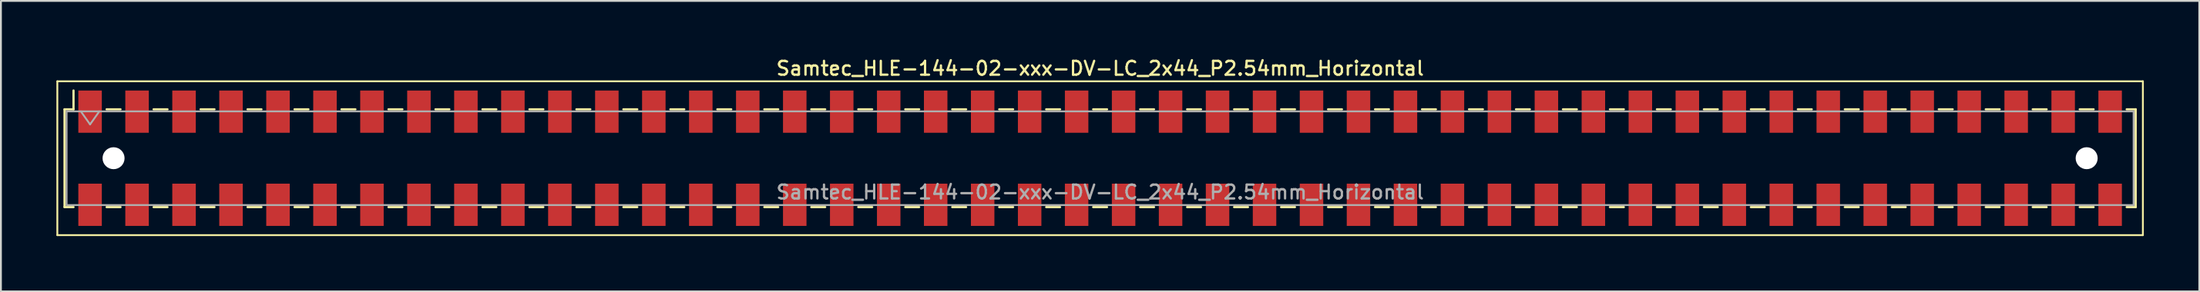
<source format=kicad_pcb>
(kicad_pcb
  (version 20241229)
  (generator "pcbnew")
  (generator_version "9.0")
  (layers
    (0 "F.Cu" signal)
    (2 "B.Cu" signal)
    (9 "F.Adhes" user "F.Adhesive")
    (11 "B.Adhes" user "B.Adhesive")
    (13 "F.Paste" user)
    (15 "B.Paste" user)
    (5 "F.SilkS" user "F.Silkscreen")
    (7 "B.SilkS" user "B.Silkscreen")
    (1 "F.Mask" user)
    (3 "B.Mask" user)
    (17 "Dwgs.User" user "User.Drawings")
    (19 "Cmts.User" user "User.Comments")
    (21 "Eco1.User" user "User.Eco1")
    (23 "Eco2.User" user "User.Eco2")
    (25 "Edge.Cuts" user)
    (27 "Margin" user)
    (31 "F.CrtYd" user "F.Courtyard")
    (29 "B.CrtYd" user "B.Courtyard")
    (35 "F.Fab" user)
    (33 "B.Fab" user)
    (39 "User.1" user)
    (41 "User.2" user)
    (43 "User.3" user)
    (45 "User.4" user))
  (footprint "Samtec_HLE-144-02-xxx-DV-LC_2x44_P2.54mm_Horizontal"
    (layer "F.Cu")
    (at 56.43 5.528)
    (property "Reference" "Samtec_HLE-144-02-xxx-DV-LC_2x44_P2.54mm_Horizontal" (at 0 -4.87 0) (layer "F.SilkS") (effects (font (size 0.75 0.75) (thickness 0.125))))
    (attr smd)
    (fp_line (start -56.38 -4.17) (end 56.38 -4.17) (stroke (width 0.1) (type solid)) (layer "F.SilkS"))
    (fp_line (start -56.38 4.17) (end -56.38 -4.17) (stroke (width 0.1) (type solid)) (layer "F.SilkS"))
    (fp_line (start -55.99 -2.65) (end -55.99 2.65) (stroke (width 0.12) (type solid)) (layer "F.SilkS"))
    (fp_line (start -55.99 2.65) (end -55.505 2.65) (stroke (width 0.12) (type solid)) (layer "F.SilkS"))
    (fp_line (start -55.505 -3.67) (end -55.505 -2.65) (stroke (width 0.12) (type solid)) (layer "F.SilkS"))
    (fp_line (start -55.505 -2.65) (end -55.99 -2.65) (stroke (width 0.12) (type solid)) (layer "F.SilkS"))
    (fp_line (start -53.715 -2.65) (end -52.965 -2.65) (stroke (width 0.12) (type solid)) (layer "F.SilkS"))
    (fp_line (start -53.715 2.65) (end -52.965 2.65) (stroke (width 0.12) (type solid)) (layer "F.SilkS"))
    (fp_line (start -51.175 -2.65) (end -50.425 -2.65) (stroke (width 0.12) (type solid)) (layer "F.SilkS"))
    (fp_line (start -51.175 2.65) (end -50.425 2.65) (stroke (width 0.12) (type solid)) (layer "F.SilkS"))
    (fp_line (start -48.635 -2.65) (end -47.885 -2.65) (stroke (width 0.12) (type solid)) (layer "F.SilkS"))
    (fp_line (start -48.635 2.65) (end -47.885 2.65) (stroke (width 0.12) (type solid)) (layer "F.SilkS"))
    (fp_line (start -46.095 -2.65) (end -45.345 -2.65) (stroke (width 0.12) (type solid)) (layer "F.SilkS"))
    (fp_line (start -46.095 2.65) (end -45.345 2.65) (stroke (width 0.12) (type solid)) (layer "F.SilkS"))
    (fp_line (start -43.555 -2.65) (end -42.805 -2.65) (stroke (width 0.12) (type solid)) (layer "F.SilkS"))
    (fp_line (start -43.555 2.65) (end -42.805 2.65) (stroke (width 0.12) (type solid)) (layer "F.SilkS"))
    (fp_line (start -41.015 -2.65) (end -40.265 -2.65) (stroke (width 0.12) (type solid)) (layer "F.SilkS"))
    (fp_line (start -41.015 2.65) (end -40.265 2.65) (stroke (width 0.12) (type solid)) (layer "F.SilkS"))
    (fp_line (start -38.475 -2.65) (end -37.725 -2.65) (stroke (width 0.12) (type solid)) (layer "F.SilkS"))
    (fp_line (start -38.475 2.65) (end -37.725 2.65) (stroke (width 0.12) (type solid)) (layer "F.SilkS"))
    (fp_line (start -35.935 -2.65) (end -35.185 -2.65) (stroke (width 0.12) (type solid)) (layer "F.SilkS"))
    (fp_line (start -35.935 2.65) (end -35.185 2.65) (stroke (width 0.12) (type solid)) (layer "F.SilkS"))
    (fp_line (start -33.395 -2.65) (end -32.645 -2.65) (stroke (width 0.12) (type solid)) (layer "F.SilkS"))
    (fp_line (start -33.395 2.65) (end -32.645 2.65) (stroke (width 0.12) (type solid)) (layer "F.SilkS"))
    (fp_line (start -30.855 -2.65) (end -30.105 -2.65) (stroke (width 0.12) (type solid)) (layer "F.SilkS"))
    (fp_line (start -30.855 2.65) (end -30.105 2.65) (stroke (width 0.12) (type solid)) (layer "F.SilkS"))
    (fp_line (start -28.315 -2.65) (end -27.565 -2.65) (stroke (width 0.12) (type solid)) (layer "F.SilkS"))
    (fp_line (start -28.315 2.65) (end -27.565 2.65) (stroke (width 0.12) (type solid)) (layer "F.SilkS"))
    (fp_line (start -25.775 -2.65) (end -25.025 -2.65) (stroke (width 0.12) (type solid)) (layer "F.SilkS"))
    (fp_line (start -25.775 2.65) (end -25.025 2.65) (stroke (width 0.12) (type solid)) (layer "F.SilkS"))
    (fp_line (start -23.235 -2.65) (end -22.485 -2.65) (stroke (width 0.12) (type solid)) (layer "F.SilkS"))
    (fp_line (start -23.235 2.65) (end -22.485 2.65) (stroke (width 0.12) (type solid)) (layer "F.SilkS"))
    (fp_line (start -20.695 -2.65) (end -19.945 -2.65) (stroke (width 0.12) (type solid)) (layer "F.SilkS"))
    (fp_line (start -20.695 2.65) (end -19.945 2.65) (stroke (width 0.12) (type solid)) (layer "F.SilkS"))
    (fp_line (start -18.155 -2.65) (end -17.405 -2.65) (stroke (width 0.12) (type solid)) (layer "F.SilkS"))
    (fp_line (start -18.155 2.65) (end -17.405 2.65) (stroke (width 0.12) (type solid)) (layer "F.SilkS"))
    (fp_line (start -15.615 -2.65) (end -14.865 -2.65) (stroke (width 0.12) (type solid)) (layer "F.SilkS"))
    (fp_line (start -15.615 2.65) (end -14.865 2.65) (stroke (width 0.12) (type solid)) (layer "F.SilkS"))
    (fp_line (start -13.075 -2.65) (end -12.325 -2.65) (stroke (width 0.12) (type solid)) (layer "F.SilkS"))
    (fp_line (start -13.075 2.65) (end -12.325 2.65) (stroke (width 0.12) (type solid)) (layer "F.SilkS"))
    (fp_line (start -10.535 -2.65) (end -9.785 -2.65) (stroke (width 0.12) (type solid)) (layer "F.SilkS"))
    (fp_line (start -10.535 2.65) (end -9.785 2.65) (stroke (width 0.12) (type solid)) (layer "F.SilkS"))
    (fp_line (start -7.995 -2.65) (end -7.245 -2.65) (stroke (width 0.12) (type solid)) (layer "F.SilkS"))
    (fp_line (start -7.995 2.65) (end -7.245 2.65) (stroke (width 0.12) (type solid)) (layer "F.SilkS"))
    (fp_line (start -5.455 -2.65) (end -4.705 -2.65) (stroke (width 0.12) (type solid)) (layer "F.SilkS"))
    (fp_line (start -5.455 2.65) (end -4.705 2.65) (stroke (width 0.12) (type solid)) (layer "F.SilkS"))
    (fp_line (start -2.915 -2.65) (end -2.165 -2.65) (stroke (width 0.12) (type solid)) (layer "F.SilkS"))
    (fp_line (start -2.915 2.65) (end -2.165 2.65) (stroke (width 0.12) (type solid)) (layer "F.SilkS"))
    (fp_line (start -0.375 -2.65) (end 0.375 -2.65) (stroke (width 0.12) (type solid)) (layer "F.SilkS"))
    (fp_line (start -0.375 2.65) (end 0.375 2.65) (stroke (width 0.12) (type solid)) (layer "F.SilkS"))
    (fp_line (start 2.165 -2.65) (end 2.915 -2.65) (stroke (width 0.12) (type solid)) (layer "F.SilkS"))
    (fp_line (start 2.165 2.65) (end 2.915 2.65) (stroke (width 0.12) (type solid)) (layer "F.SilkS"))
    (fp_line (start 4.705 -2.65) (end 5.455 -2.65) (stroke (width 0.12) (type solid)) (layer "F.SilkS"))
    (fp_line (start 4.705 2.65) (end 5.455 2.65) (stroke (width 0.12) (type solid)) (layer "F.SilkS"))
    (fp_line (start 7.245 -2.65) (end 7.995 -2.65) (stroke (width 0.12) (type solid)) (layer "F.SilkS"))
    (fp_line (start 7.245 2.65) (end 7.995 2.65) (stroke (width 0.12) (type solid)) (layer "F.SilkS"))
    (fp_line (start 9.785 -2.65) (end 10.535 -2.65) (stroke (width 0.12) (type solid)) (layer "F.SilkS"))
    (fp_line (start 9.785 2.65) (end 10.535 2.65) (stroke (width 0.12) (type solid)) (layer "F.SilkS"))
    (fp_line (start 12.325 -2.65) (end 13.075 -2.65) (stroke (width 0.12) (type solid)) (layer "F.SilkS"))
    (fp_line (start 12.325 2.65) (end 13.075 2.65) (stroke (width 0.12) (type solid)) (layer "F.SilkS"))
    (fp_line (start 14.865 -2.65) (end 15.615 -2.65) (stroke (width 0.12) (type solid)) (layer "F.SilkS"))
    (fp_line (start 14.865 2.65) (end 15.615 2.65) (stroke (width 0.12) (type solid)) (layer "F.SilkS"))
    (fp_line (start 17.405 -2.65) (end 18.155 -2.65) (stroke (width 0.12) (type solid)) (layer "F.SilkS"))
    (fp_line (start 17.405 2.65) (end 18.155 2.65) (stroke (width 0.12) (type solid)) (layer "F.SilkS"))
    (fp_line (start 19.945 -2.65) (end 20.695 -2.65) (stroke (width 0.12) (type solid)) (layer "F.SilkS"))
    (fp_line (start 19.945 2.65) (end 20.695 2.65) (stroke (width 0.12) (type solid)) (layer "F.SilkS"))
    (fp_line (start 22.485 -2.65) (end 23.235 -2.65) (stroke (width 0.12) (type solid)) (layer "F.SilkS"))
    (fp_line (start 22.485 2.65) (end 23.235 2.65) (stroke (width 0.12) (type solid)) (layer "F.SilkS"))
    (fp_line (start 25.025 -2.65) (end 25.775 -2.65) (stroke (width 0.12) (type solid)) (layer "F.SilkS"))
    (fp_line (start 25.025 2.65) (end 25.775 2.65) (stroke (width 0.12) (type solid)) (layer "F.SilkS"))
    (fp_line (start 27.565 -2.65) (end 28.315 -2.65) (stroke (width 0.12) (type solid)) (layer "F.SilkS"))
    (fp_line (start 27.565 2.65) (end 28.315 2.65) (stroke (width 0.12) (type solid)) (layer "F.SilkS"))
    (fp_line (start 30.105 -2.65) (end 30.855 -2.65) (stroke (width 0.12) (type solid)) (layer "F.SilkS"))
    (fp_line (start 30.105 2.65) (end 30.855 2.65) (stroke (width 0.12) (type solid)) (layer "F.SilkS"))
    (fp_line (start 32.645 -2.65) (end 33.395 -2.65) (stroke (width 0.12) (type solid)) (layer "F.SilkS"))
    (fp_line (start 32.645 2.65) (end 33.395 2.65) (stroke (width 0.12) (type solid)) (layer "F.SilkS"))
    (fp_line (start 35.185 -2.65) (end 35.935 -2.65) (stroke (width 0.12) (type solid)) (layer "F.SilkS"))
    (fp_line (start 35.185 2.65) (end 35.935 2.65) (stroke (width 0.12) (type solid)) (layer "F.SilkS"))
    (fp_line (start 37.725 -2.65) (end 38.475 -2.65) (stroke (width 0.12) (type solid)) (layer "F.SilkS"))
    (fp_line (start 37.725 2.65) (end 38.475 2.65) (stroke (width 0.12) (type solid)) (layer "F.SilkS"))
    (fp_line (start 40.265 -2.65) (end 41.015 -2.65) (stroke (width 0.12) (type solid)) (layer "F.SilkS"))
    (fp_line (start 40.265 2.65) (end 41.015 2.65) (stroke (width 0.12) (type solid)) (layer "F.SilkS"))
    (fp_line (start 42.805 -2.65) (end 43.555 -2.65) (stroke (width 0.12) (type solid)) (layer "F.SilkS"))
    (fp_line (start 42.805 2.65) (end 43.555 2.65) (stroke (width 0.12) (type solid)) (layer "F.SilkS"))
    (fp_line (start 45.345 -2.65) (end 46.095 -2.65) (stroke (width 0.12) (type solid)) (layer "F.SilkS"))
    (fp_line (start 45.345 2.65) (end 46.095 2.65) (stroke (width 0.12) (type solid)) (layer "F.SilkS"))
    (fp_line (start 47.885 -2.65) (end 48.635 -2.65) (stroke (width 0.12) (type solid)) (layer "F.SilkS"))
    (fp_line (start 47.885 2.65) (end 48.635 2.65) (stroke (width 0.12) (type solid)) (layer "F.SilkS"))
    (fp_line (start 50.425 -2.65) (end 51.175 -2.65) (stroke (width 0.12) (type solid)) (layer "F.SilkS"))
    (fp_line (start 50.425 2.65) (end 51.175 2.65) (stroke (width 0.12) (type solid)) (layer "F.SilkS"))
    (fp_line (start 52.965 -2.65) (end 53.715 -2.65) (stroke (width 0.12) (type solid)) (layer "F.SilkS"))
    (fp_line (start 52.965 2.65) (end 53.715 2.65) (stroke (width 0.12) (type solid)) (layer "F.SilkS"))
    (fp_line (start 55.505 -2.65) (end 55.99 -2.65) (stroke (width 0.12) (type solid)) (layer "F.SilkS"))
    (fp_line (start 55.99 -2.65) (end 55.99 2.65) (stroke (width 0.12) (type solid)) (layer "F.SilkS"))
    (fp_line (start 55.99 2.65) (end 55.505 2.65) (stroke (width 0.12) (type solid)) (layer "F.SilkS"))
    (fp_line (start 56.38 -4.17) (end 56.38 4.17) (stroke (width 0.1) (type solid)) (layer "F.SilkS"))
    (fp_line (start 56.38 4.17) (end -56.38 4.17) (stroke (width 0.1) (type solid)) (layer "F.SilkS"))
    (fp_line (start -55.88 -2.54) (end 55.88 -2.54) (stroke (width 0.1) (type solid)) (layer "F.Fab"))
    (fp_line (start -55.88 2.54) (end -55.88 -2.54) (stroke (width 0.1) (type solid)) (layer "F.Fab"))
    (fp_line (start -55.11 -2.54) (end -54.61 -1.833) (stroke (width 0.1) (type solid)) (layer "F.Fab"))
    (fp_line (start -54.61 -1.833) (end -54.11 -2.54) (stroke (width 0.1) (type solid)) (layer "F.Fab"))
    (fp_line (start 55.88 -2.54) (end 55.88 2.54) (stroke (width 0.1) (type solid)) (layer "F.Fab"))
    (fp_line (start 55.88 2.54) (end -55.88 2.54) (stroke (width 0.1) (type solid)) (layer "F.Fab"))
    (fp_text user "${REFERENCE}" (at 0 1.84 0) (layer "F.Fab") (effects (font (size 0.75 0.75) (thickness 0.125))))
    (pad "" np_thru_hole circle (at -53.34 0) (size 1.19 1.19) (drill 1.19) (layers "*.Cu" "*.Mask"))
    (pad "" np_thru_hole circle (at 53.34 0) (size 1.19 1.19) (drill 1.19) (layers "*.Cu" "*.Mask"))
    (pad "1" smd rect (at -54.61 -2.525) (size 1.27 2.29) (layers "F.Cu" "F.Mask" "F.Paste"))
    (pad "2" smd rect (at -54.61 2.525) (size 1.27 2.29) (layers "F.Cu" "F.Mask" "F.Paste"))
    (pad "3" smd rect (at -52.07 -2.525) (size 1.27 2.29) (layers "F.Cu" "F.Mask" "F.Paste"))
    (pad "4" smd rect (at -52.07 2.525) (size 1.27 2.29) (layers "F.Cu" "F.Mask" "F.Paste"))
    (pad "5" smd rect (at -49.53 -2.525) (size 1.27 2.29) (layers "F.Cu" "F.Mask" "F.Paste"))
    (pad "6" smd rect (at -49.53 2.525) (size 1.27 2.29) (layers "F.Cu" "F.Mask" "F.Paste"))
    (pad "7" smd rect (at -46.99 -2.525) (size 1.27 2.29) (layers "F.Cu" "F.Mask" "F.Paste"))
    (pad "8" smd rect (at -46.99 2.525) (size 1.27 2.29) (layers "F.Cu" "F.Mask" "F.Paste"))
    (pad "9" smd rect (at -44.45 -2.525) (size 1.27 2.29) (layers "F.Cu" "F.Mask" "F.Paste"))
    (pad "10" smd rect (at -44.45 2.525) (size 1.27 2.29) (layers "F.Cu" "F.Mask" "F.Paste"))
    (pad "11" smd rect (at -41.91 -2.525) (size 1.27 2.29) (layers "F.Cu" "F.Mask" "F.Paste"))
    (pad "12" smd rect (at -41.91 2.525) (size 1.27 2.29) (layers "F.Cu" "F.Mask" "F.Paste"))
    (pad "13" smd rect (at -39.37 -2.525) (size 1.27 2.29) (layers "F.Cu" "F.Mask" "F.Paste"))
    (pad "14" smd rect (at -39.37 2.525) (size 1.27 2.29) (layers "F.Cu" "F.Mask" "F.Paste"))
    (pad "15" smd rect (at -36.83 -2.525) (size 1.27 2.29) (layers "F.Cu" "F.Mask" "F.Paste"))
    (pad "16" smd rect (at -36.83 2.525) (size 1.27 2.29) (layers "F.Cu" "F.Mask" "F.Paste"))
    (pad "17" smd rect (at -34.29 -2.525) (size 1.27 2.29) (layers "F.Cu" "F.Mask" "F.Paste"))
    (pad "18" smd rect (at -34.29 2.525) (size 1.27 2.29) (layers "F.Cu" "F.Mask" "F.Paste"))
    (pad "19" smd rect (at -31.75 -2.525) (size 1.27 2.29) (layers "F.Cu" "F.Mask" "F.Paste"))
    (pad "20" smd rect (at -31.75 2.525) (size 1.27 2.29) (layers "F.Cu" "F.Mask" "F.Paste"))
    (pad "21" smd rect (at -29.21 -2.525) (size 1.27 2.29) (layers "F.Cu" "F.Mask" "F.Paste"))
    (pad "22" smd rect (at -29.21 2.525) (size 1.27 2.29) (layers "F.Cu" "F.Mask" "F.Paste"))
    (pad "23" smd rect (at -26.67 -2.525) (size 1.27 2.29) (layers "F.Cu" "F.Mask" "F.Paste"))
    (pad "24" smd rect (at -26.67 2.525) (size 1.27 2.29) (layers "F.Cu" "F.Mask" "F.Paste"))
    (pad "25" smd rect (at -24.13 -2.525) (size 1.27 2.29) (layers "F.Cu" "F.Mask" "F.Paste"))
    (pad "26" smd rect (at -24.13 2.525) (size 1.27 2.29) (layers "F.Cu" "F.Mask" "F.Paste"))
    (pad "27" smd rect (at -21.59 -2.525) (size 1.27 2.29) (layers "F.Cu" "F.Mask" "F.Paste"))
    (pad "28" smd rect (at -21.59 2.525) (size 1.27 2.29) (layers "F.Cu" "F.Mask" "F.Paste"))
    (pad "29" smd rect (at -19.05 -2.525) (size 1.27 2.29) (layers "F.Cu" "F.Mask" "F.Paste"))
    (pad "30" smd rect (at -19.05 2.525) (size 1.27 2.29) (layers "F.Cu" "F.Mask" "F.Paste"))
    (pad "31" smd rect (at -16.51 -2.525) (size 1.27 2.29) (layers "F.Cu" "F.Mask" "F.Paste"))
    (pad "32" smd rect (at -16.51 2.525) (size 1.27 2.29) (layers "F.Cu" "F.Mask" "F.Paste"))
    (pad "33" smd rect (at -13.97 -2.525) (size 1.27 2.29) (layers "F.Cu" "F.Mask" "F.Paste"))
    (pad "34" smd rect (at -13.97 2.525) (size 1.27 2.29) (layers "F.Cu" "F.Mask" "F.Paste"))
    (pad "35" smd rect (at -11.43 -2.525) (size 1.27 2.29) (layers "F.Cu" "F.Mask" "F.Paste"))
    (pad "36" smd rect (at -11.43 2.525) (size 1.27 2.29) (layers "F.Cu" "F.Mask" "F.Paste"))
    (pad "37" smd rect (at -8.89 -2.525) (size 1.27 2.29) (layers "F.Cu" "F.Mask" "F.Paste"))
    (pad "38" smd rect (at -8.89 2.525) (size 1.27 2.29) (layers "F.Cu" "F.Mask" "F.Paste"))
    (pad "39" smd rect (at -6.35 -2.525) (size 1.27 2.29) (layers "F.Cu" "F.Mask" "F.Paste"))
    (pad "40" smd rect (at -6.35 2.525) (size 1.27 2.29) (layers "F.Cu" "F.Mask" "F.Paste"))
    (pad "41" smd rect (at -3.81 -2.525) (size 1.27 2.29) (layers "F.Cu" "F.Mask" "F.Paste"))
    (pad "42" smd rect (at -3.81 2.525) (size 1.27 2.29) (layers "F.Cu" "F.Mask" "F.Paste"))
    (pad "43" smd rect (at -1.27 -2.525) (size 1.27 2.29) (layers "F.Cu" "F.Mask" "F.Paste"))
    (pad "44" smd rect (at -1.27 2.525) (size 1.27 2.29) (layers "F.Cu" "F.Mask" "F.Paste"))
    (pad "45" smd rect (at 1.27 -2.525) (size 1.27 2.29) (layers "F.Cu" "F.Mask" "F.Paste"))
    (pad "46" smd rect (at 1.27 2.525) (size 1.27 2.29) (layers "F.Cu" "F.Mask" "F.Paste"))
    (pad "47" smd rect (at 3.81 -2.525) (size 1.27 2.29) (layers "F.Cu" "F.Mask" "F.Paste"))
    (pad "48" smd rect (at 3.81 2.525) (size 1.27 2.29) (layers "F.Cu" "F.Mask" "F.Paste"))
    (pad "49" smd rect (at 6.35 -2.525) (size 1.27 2.29) (layers "F.Cu" "F.Mask" "F.Paste"))
    (pad "50" smd rect (at 6.35 2.525) (size 1.27 2.29) (layers "F.Cu" "F.Mask" "F.Paste"))
    (pad "51" smd rect (at 8.89 -2.525) (size 1.27 2.29) (layers "F.Cu" "F.Mask" "F.Paste"))
    (pad "52" smd rect (at 8.89 2.525) (size 1.27 2.29) (layers "F.Cu" "F.Mask" "F.Paste"))
    (pad "53" smd rect (at 11.43 -2.525) (size 1.27 2.29) (layers "F.Cu" "F.Mask" "F.Paste"))
    (pad "54" smd rect (at 11.43 2.525) (size 1.27 2.29) (layers "F.Cu" "F.Mask" "F.Paste"))
    (pad "55" smd rect (at 13.97 -2.525) (size 1.27 2.29) (layers "F.Cu" "F.Mask" "F.Paste"))
    (pad "56" smd rect (at 13.97 2.525) (size 1.27 2.29) (layers "F.Cu" "F.Mask" "F.Paste"))
    (pad "57" smd rect (at 16.51 -2.525) (size 1.27 2.29) (layers "F.Cu" "F.Mask" "F.Paste"))
    (pad "58" smd rect (at 16.51 2.525) (size 1.27 2.29) (layers "F.Cu" "F.Mask" "F.Paste"))
    (pad "59" smd rect (at 19.05 -2.525) (size 1.27 2.29) (layers "F.Cu" "F.Mask" "F.Paste"))
    (pad "60" smd rect (at 19.05 2.525) (size 1.27 2.29) (layers "F.Cu" "F.Mask" "F.Paste"))
    (pad "61" smd rect (at 21.59 -2.525) (size 1.27 2.29) (layers "F.Cu" "F.Mask" "F.Paste"))
    (pad "62" smd rect (at 21.59 2.525) (size 1.27 2.29) (layers "F.Cu" "F.Mask" "F.Paste"))
    (pad "63" smd rect (at 24.13 -2.525) (size 1.27 2.29) (layers "F.Cu" "F.Mask" "F.Paste"))
    (pad "64" smd rect (at 24.13 2.525) (size 1.27 2.29) (layers "F.Cu" "F.Mask" "F.Paste"))
    (pad "65" smd rect (at 26.67 -2.525) (size 1.27 2.29) (layers "F.Cu" "F.Mask" "F.Paste"))
    (pad "66" smd rect (at 26.67 2.525) (size 1.27 2.29) (layers "F.Cu" "F.Mask" "F.Paste"))
    (pad "67" smd rect (at 29.21 -2.525) (size 1.27 2.29) (layers "F.Cu" "F.Mask" "F.Paste"))
    (pad "68" smd rect (at 29.21 2.525) (size 1.27 2.29) (layers "F.Cu" "F.Mask" "F.Paste"))
    (pad "69" smd rect (at 31.75 -2.525) (size 1.27 2.29) (layers "F.Cu" "F.Mask" "F.Paste"))
    (pad "70" smd rect (at 31.75 2.525) (size 1.27 2.29) (layers "F.Cu" "F.Mask" "F.Paste"))
    (pad "71" smd rect (at 34.29 -2.525) (size 1.27 2.29) (layers "F.Cu" "F.Mask" "F.Paste"))
    (pad "72" smd rect (at 34.29 2.525) (size 1.27 2.29) (layers "F.Cu" "F.Mask" "F.Paste"))
    (pad "73" smd rect (at 36.83 -2.525) (size 1.27 2.29) (layers "F.Cu" "F.Mask" "F.Paste"))
    (pad "74" smd rect (at 36.83 2.525) (size 1.27 2.29) (layers "F.Cu" "F.Mask" "F.Paste"))
    (pad "75" smd rect (at 39.37 -2.525) (size 1.27 2.29) (layers "F.Cu" "F.Mask" "F.Paste"))
    (pad "76" smd rect (at 39.37 2.525) (size 1.27 2.29) (layers "F.Cu" "F.Mask" "F.Paste"))
    (pad "77" smd rect (at 41.91 -2.525) (size 1.27 2.29) (layers "F.Cu" "F.Mask" "F.Paste"))
    (pad "78" smd rect (at 41.91 2.525) (size 1.27 2.29) (layers "F.Cu" "F.Mask" "F.Paste"))
    (pad "79" smd rect (at 44.45 -2.525) (size 1.27 2.29) (layers "F.Cu" "F.Mask" "F.Paste"))
    (pad "80" smd rect (at 44.45 2.525) (size 1.27 2.29) (layers "F.Cu" "F.Mask" "F.Paste"))
    (pad "81" smd rect (at 46.99 -2.525) (size 1.27 2.29) (layers "F.Cu" "F.Mask" "F.Paste"))
    (pad "82" smd rect (at 46.99 2.525) (size 1.27 2.29) (layers "F.Cu" "F.Mask" "F.Paste"))
    (pad "83" smd rect (at 49.53 -2.525) (size 1.27 2.29) (layers "F.Cu" "F.Mask" "F.Paste"))
    (pad "84" smd rect (at 49.53 2.525) (size 1.27 2.29) (layers "F.Cu" "F.Mask" "F.Paste"))
    (pad "85" smd rect (at 52.07 -2.525) (size 1.27 2.29) (layers "F.Cu" "F.Mask" "F.Paste"))
    (pad "86" smd rect (at 52.07 2.525) (size 1.27 2.29) (layers "F.Cu" "F.Mask" "F.Paste"))
    (pad "87" smd rect (at 54.61 -2.525) (size 1.27 2.29) (layers "F.Cu" "F.Mask" "F.Paste"))
    (pad "88" smd rect (at 54.61 2.525) (size 1.27 2.29) (layers "F.Cu" "F.Mask" "F.Paste")))
  (gr_rect
    (start -3 -3)
    (end 115.86 12.748)
    (stroke (width 0.1) (type default))
    (fill no)
    (layer "Edge.Cuts")))
</source>
